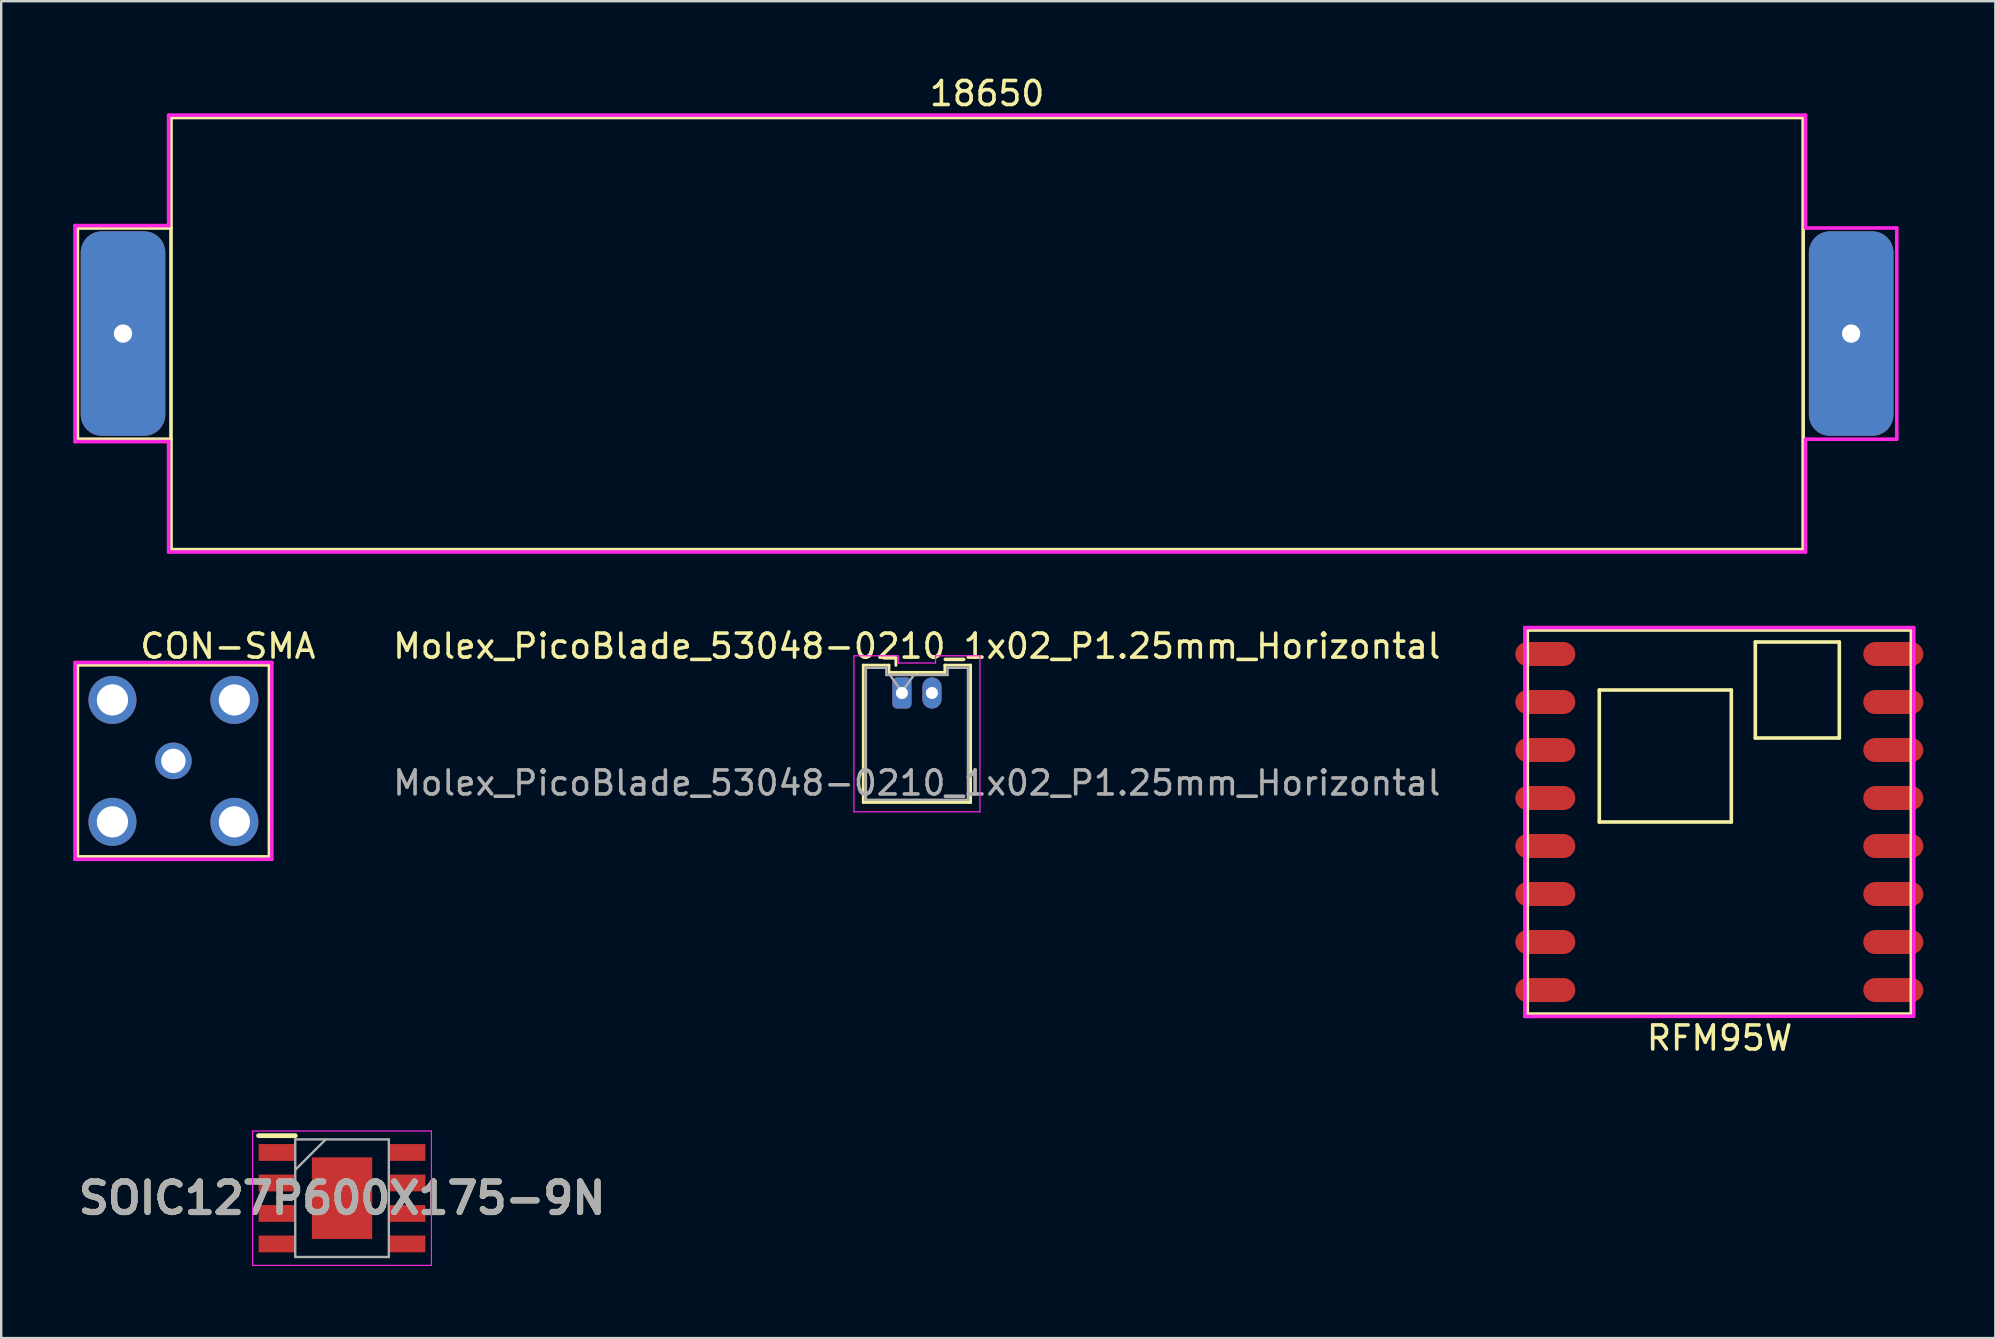
<source format=kicad_pcb>
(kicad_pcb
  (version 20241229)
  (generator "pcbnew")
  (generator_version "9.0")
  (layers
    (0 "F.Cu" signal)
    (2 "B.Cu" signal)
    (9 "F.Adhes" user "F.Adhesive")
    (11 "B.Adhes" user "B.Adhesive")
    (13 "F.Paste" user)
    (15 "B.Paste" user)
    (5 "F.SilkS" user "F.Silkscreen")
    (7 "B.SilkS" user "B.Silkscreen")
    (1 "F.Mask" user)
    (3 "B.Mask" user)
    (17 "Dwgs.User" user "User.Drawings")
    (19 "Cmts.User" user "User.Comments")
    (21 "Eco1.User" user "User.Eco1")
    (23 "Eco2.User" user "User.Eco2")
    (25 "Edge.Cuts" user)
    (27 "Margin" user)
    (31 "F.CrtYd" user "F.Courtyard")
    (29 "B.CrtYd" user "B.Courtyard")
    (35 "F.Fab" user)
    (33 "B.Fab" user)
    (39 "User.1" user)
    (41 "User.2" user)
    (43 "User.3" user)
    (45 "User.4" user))
  (footprint "18650"
    (layer "F.Cu")
    (at 38.075 10.848)
    (property "Reference" "18650" (at 0 -10 180) (layer "F.SilkS") (effects (font (size 1 1) (thickness 0.15))))
    (attr through_hole)
    (fp_line (start -37.9 -4.4) (end -34 -4.4) (stroke (width 0.15) (type solid)) (layer "F.SilkS"))
    (fp_line (start -37.9 4.4) (end -37.9 -4.4) (stroke (width 0.15) (type solid)) (layer "F.SilkS"))
    (fp_line (start -34 -9) (end 34 -9) (stroke (width 0.15) (type solid)) (layer "F.SilkS"))
    (fp_line (start -34 4.4) (end -37.9 4.4) (stroke (width 0.15) (type solid)) (layer "F.SilkS"))
    (fp_line (start -34 9) (end -34 -9) (stroke (width 0.15) (type solid)) (layer "F.SilkS"))
    (fp_line (start 34 -9) (end 34 9) (stroke (width 0.15) (type solid)) (layer "F.SilkS"))
    (fp_line (start 34 9) (end -34 9) (stroke (width 0.15) (type solid)) (layer "F.SilkS"))
    (fp_line (start -38 -4.5) (end -38 4.5) (stroke (width 0.15) (type solid)) (layer "F.CrtYd"))
    (fp_line (start -38 4.5) (end -34.1 4.5) (stroke (width 0.15) (type solid)) (layer "F.CrtYd"))
    (fp_line (start -34.1 -9.09) (end -34.1 -4.5) (stroke (width 0.15) (type solid)) (layer "F.CrtYd"))
    (fp_line (start -34.1 -4.5) (end -38 -4.5) (stroke (width 0.15) (type solid)) (layer "F.CrtYd"))
    (fp_line (start -34.1 4.5) (end -34.1 9.1) (stroke (width 0.15) (type solid)) (layer "F.CrtYd"))
    (fp_line (start -34.1 9.1) (end 34.1 9.1) (stroke (width 0.15) (type solid)) (layer "F.CrtYd"))
    (fp_line (start 34.1 -9.1) (end -34.1 -9.1) (stroke (width 0.15) (type solid)) (layer "F.CrtYd"))
    (fp_line (start 34.1 -4.4) (end 34.1 -9.1) (stroke (width 0.15) (type solid)) (layer "F.CrtYd"))
    (fp_line (start 34.1 4.4) (end 37.9 4.4) (stroke (width 0.15) (type solid)) (layer "F.CrtYd"))
    (fp_line (start 34.1 9.1) (end 34.1 4.4) (stroke (width 0.15) (type solid)) (layer "F.CrtYd"))
    (fp_line (start 37.9 -4.4) (end 34.1 -4.4) (stroke (width 0.15) (type solid)) (layer "F.CrtYd"))
    (fp_line (start 37.9 4.4) (end 37.9 -4.4) (stroke (width 0.15) (type solid)) (layer "F.CrtYd"))
    (pad "1" thru_hole roundrect (at -36 0) (size 3.524 8.524) (drill 0.762) (layers "*.Cu" "*.Mask") (roundrect_rratio 0.25))
    (pad "2" thru_hole roundrect (at 36 0) (size 3.524 8.524) (drill 0.762) (layers "*.Cu" "*.Mask") (roundrect_rratio 0.25)))
  (footprint "RFM95W"
    (layer "F.Cu")
    (at 68.582 31.198)
    (property "Reference" "RFM95W" (at 0.01 9 0) (layer "F.SilkS") (effects (font (size 1 1) (thickness 0.15))))
    (attr smd)
    (fp_line (start -8 -8) (end 8 -8) (stroke (width 0.15) (type solid)) (layer "F.SilkS"))
    (fp_line (start -8 8) (end -8 -8) (stroke (width 0.15) (type solid)) (layer "F.SilkS"))
    (fp_line (start -5 -5.5) (end 0.5 -5.5) (stroke (width 0.15) (type solid)) (layer "F.SilkS"))
    (fp_line (start -5 0) (end -5 -5.5) (stroke (width 0.15) (type solid)) (layer "F.SilkS"))
    (fp_line (start 0.5 -5.5) (end 0.5 0) (stroke (width 0.15) (type solid)) (layer "F.SilkS"))
    (fp_line (start 0.5 0) (end -5 0) (stroke (width 0.15) (type solid)) (layer "F.SilkS"))
    (fp_line (start 1.5 -7.5) (end 5 -7.5) (stroke (width 0.15) (type solid)) (layer "F.SilkS"))
    (fp_line (start 1.5 -3.5) (end 1.5 -7.5) (stroke (width 0.15) (type solid)) (layer "F.SilkS"))
    (fp_line (start 5 -7.5) (end 5 -3.5) (stroke (width 0.15) (type solid)) (layer "F.SilkS"))
    (fp_line (start 5 -3.5) (end 1.5 -3.5) (stroke (width 0.15) (type solid)) (layer "F.SilkS"))
    (fp_line (start 8 -8) (end 8 8) (stroke (width 0.15) (type solid)) (layer "F.SilkS"))
    (fp_line (start 8 8) (end -8 8) (stroke (width 0.15) (type solid)) (layer "F.SilkS"))
    (fp_line (start -8.1 -8.1) (end -8.1 8.1) (stroke (width 0.15) (type solid)) (layer "F.CrtYd"))
    (fp_line (start -8.1 8.1) (end 8.1 8.09) (stroke (width 0.15) (type solid)) (layer "F.CrtYd"))
    (fp_line (start 8.1 -8.1) (end -8.1 -8.1) (stroke (width 0.15) (type solid)) (layer "F.CrtYd"))
    (fp_line (start 8.1 8.09) (end 8.1 -8.1) (stroke (width 0.15) (type solid)) (layer "F.CrtYd"))
    (pad "1" smd oval (at -7.25 -7) (size 2.5 1) (layers "F.Cu" "F.Mask" "F.Paste"))
    (pad "2" smd oval (at -7.25 -5) (size 2.5 1) (layers "F.Cu" "F.Mask" "F.Paste"))
    (pad "3" smd oval (at -7.25 -3) (size 2.5 1) (layers "F.Cu" "F.Mask" "F.Paste"))
    (pad "4" smd oval (at -7.25 -1) (size 2.5 1) (layers "F.Cu" "F.Mask" "F.Paste"))
    (pad "5" smd oval (at -7.25 1) (size 2.5 1) (layers "F.Cu" "F.Mask" "F.Paste"))
    (pad "6" smd oval (at -7.25 3) (size 2.5 1) (layers "F.Cu" "F.Mask" "F.Paste"))
    (pad "7" smd oval (at -7.25 5) (size 2.5 1) (layers "F.Cu" "F.Mask" "F.Paste"))
    (pad "8" smd oval (at -7.25 7) (size 2.5 1) (layers "F.Cu" "F.Mask" "F.Paste"))
    (pad "9" smd oval (at 7.25 7) (size 2.5 1) (layers "F.Cu" "F.Mask" "F.Paste"))
    (pad "10" smd oval (at 7.25 5) (size 2.5 1) (layers "F.Cu" "F.Mask" "F.Paste"))
    (pad "11" smd oval (at 7.25 3) (size 2.5 1) (layers "F.Cu" "F.Mask" "F.Paste"))
    (pad "12" smd oval (at 7.25 1) (size 2.5 1) (layers "F.Cu" "F.Mask" "F.Paste"))
    (pad "13" smd oval (at 7.25 -1) (size 2.5 1) (layers "F.Cu" "F.Mask" "F.Paste"))
    (pad "14" smd oval (at 7.25 -3) (size 2.5 1) (layers "F.Cu" "F.Mask" "F.Paste"))
    (pad "15" smd oval (at 7.25 -5) (size 2.5 1) (layers "F.Cu" "F.Mask" "F.Paste"))
    (pad "16" smd oval (at 7.25 -7) (size 2.5 1) (layers "F.Cu" "F.Mask" "F.Paste")))
  (footprint "CON-SMA"
    (layer "F.Cu")
    (at 4.175 28.651)
    (property "Reference" "CON-SMA" (at 2.27 -4.78 0) (layer "F.SilkS") (effects (font (size 1 1) (thickness 0.15))))
    (attr through_hole)
    (fp_line (start -4 -4) (end 4 -4) (stroke (width 0.15) (type solid)) (layer "F.SilkS"))
    (fp_line (start -4 4) (end -4 -4) (stroke (width 0.15) (type solid)) (layer "F.SilkS"))
    (fp_line (start 4 -4) (end 4 4) (stroke (width 0.15) (type solid)) (layer "F.SilkS"))
    (fp_line (start 4 4) (end -4 4) (stroke (width 0.15) (type solid)) (layer "F.SilkS"))
    (fp_line (start -4.1 -4.1) (end 4.1 -4.1) (stroke (width 0.15) (type solid)) (layer "F.CrtYd"))
    (fp_line (start -4.1 4.1) (end -4.1 -4.1) (stroke (width 0.15) (type solid)) (layer "F.CrtYd"))
    (fp_line (start 4.1 -4.1) (end 4.1 4.1) (stroke (width 0.15) (type solid)) (layer "F.CrtYd"))
    (fp_line (start 4.1 4.1) (end -4.1 4.1) (stroke (width 0.15) (type solid)) (layer "F.CrtYd"))
    (pad "1" thru_hole circle (at 0 0) (size 1.524 1.524) (drill 1.016) (layers "*.Cu" "*.Mask"))
    (pad "2" thru_hole circle (at -2.54 -2.54) (size 2 2) (drill 1.3) (layers "*.Cu" "*.Mask"))
    (pad "2" thru_hole circle (at -2.54 2.54) (size 2 2) (drill 1.3) (layers "*.Cu" "*.Mask"))
    (pad "2" thru_hole circle (at 2.54 -2.54) (size 2 2) (drill 1.3) (layers "*.Cu" "*.Mask"))
    (pad "2" thru_hole circle (at 2.54 2.54) (size 2 2) (drill 1.3) (layers "*.Cu" "*.Mask")))
  (footprint "Molex_PicoBlade_53048-0210_1x02_P1.25mm_Horizontal"
    (layer "F.Cu")
    (at 34.527 25.822)
    (property "Reference" "Molex_PicoBlade_53048-0210_1x02_P1.25mm_Horizontal" (at 0.62 -1.95 0) (layer "F.SilkS") (effects (font (size 1 1) (thickness 0.15))))
    (attr through_hole)
    (fp_line (start -1.61 -1.16) (end -1.61 4.56) (stroke (width 0.12) (type solid)) (layer "F.SilkS"))
    (fp_line (start -1.61 4.56) (end 0.625 4.56) (stroke (width 0.12) (type solid)) (layer "F.SilkS"))
    (fp_line (start -0.54 -1.16) (end -1.61 -1.16) (stroke (width 0.12) (type solid)) (layer "F.SilkS"))
    (fp_line (start -0.54 -0.86) (end -0.54 -1.16) (stroke (width 0.12) (type solid)) (layer "F.SilkS"))
    (fp_line (start -0.25 -1.45) (end -0.75 -1.45) (stroke (width 0.12) (type solid)) (layer "F.SilkS"))
    (fp_line (start -0.25 -1.15) (end -0.25 -1.45) (stroke (width 0.12) (type solid)) (layer "F.SilkS"))
    (fp_line (start 0.625 -0.86) (end -0.54 -0.86) (stroke (width 0.12) (type solid)) (layer "F.SilkS"))
    (fp_line (start 0.625 -0.86) (end 1.79 -0.86) (stroke (width 0.12) (type solid)) (layer "F.SilkS"))
    (fp_line (start 1.79 -1.16) (end 2.86 -1.16) (stroke (width 0.12) (type solid)) (layer "F.SilkS"))
    (fp_line (start 1.79 -0.86) (end 1.79 -1.16) (stroke (width 0.12) (type solid)) (layer "F.SilkS"))
    (fp_line (start 2.86 -1.16) (end 2.86 4.56) (stroke (width 0.12) (type solid)) (layer "F.SilkS"))
    (fp_line (start 2.86 4.56) (end 0.625 4.56) (stroke (width 0.12) (type solid)) (layer "F.SilkS"))
    (fp_line (start -2 -1.55) (end -2 4.95) (stroke (width 0.05) (type solid)) (layer "F.CrtYd"))
    (fp_line (start -2 4.95) (end 0.62 4.95) (stroke (width 0.05) (type solid)) (layer "F.CrtYd"))
    (fp_line (start -0.15 -1.55) (end -2 -1.55) (stroke (width 0.05) (type solid)) (layer "F.CrtYd"))
    (fp_line (start -0.15 -1.25) (end -0.15 -1.55) (stroke (width 0.05) (type solid)) (layer "F.CrtYd"))
    (fp_line (start 0.62 -1.25) (end -0.15 -1.25) (stroke (width 0.05) (type solid)) (layer "F.CrtYd"))
    (fp_line (start 0.63 -1.25) (end 1.4 -1.25) (stroke (width 0.05) (type solid)) (layer "F.CrtYd"))
    (fp_line (start 1.4 -1.55) (end 3.25 -1.55) (stroke (width 0.05) (type solid)) (layer "F.CrtYd"))
    (fp_line (start 1.4 -1.25) (end 1.4 -1.55) (stroke (width 0.05) (type solid)) (layer "F.CrtYd"))
    (fp_line (start 3.25 -1.55) (end 3.25 4.95) (stroke (width 0.05) (type solid)) (layer "F.CrtYd"))
    (fp_line (start 3.25 4.95) (end 0.63 4.95) (stroke (width 0.05) (type solid)) (layer "F.CrtYd"))
    (fp_line (start -1.5 -1.05) (end -1.5 4.45) (stroke (width 0.1) (type solid)) (layer "F.Fab"))
    (fp_line (start -1.5 4.45) (end 0.625 4.45) (stroke (width 0.1) (type solid)) (layer "F.Fab"))
    (fp_line (start -0.65 -1.05) (end -1.5 -1.05) (stroke (width 0.1) (type solid)) (layer "F.Fab"))
    (fp_line (start -0.65 -0.75) (end -0.65 -1.05) (stroke (width 0.1) (type solid)) (layer "F.Fab"))
    (fp_line (start -0.5 -0.75) (end 0 -0.043) (stroke (width 0.1) (type solid)) (layer "F.Fab"))
    (fp_line (start 0 -0.043) (end 0.5 -0.75) (stroke (width 0.1) (type solid)) (layer "F.Fab"))
    (fp_line (start 0.625 -0.75) (end -0.65 -0.75) (stroke (width 0.1) (type solid)) (layer "F.Fab"))
    (fp_line (start 0.625 -0.75) (end 1.9 -0.75) (stroke (width 0.1) (type solid)) (layer "F.Fab"))
    (fp_line (start 1.9 -1.05) (end 2.75 -1.05) (stroke (width 0.1) (type solid)) (layer "F.Fab"))
    (fp_line (start 1.9 -0.75) (end 1.9 -1.05) (stroke (width 0.1) (type solid)) (layer "F.Fab"))
    (fp_line (start 2.75 -1.05) (end 2.75 4.45) (stroke (width 0.1) (type solid)) (layer "F.Fab"))
    (fp_line (start 2.75 4.45) (end 0.625 4.45) (stroke (width 0.1) (type solid)) (layer "F.Fab"))
    (fp_text user "${REFERENCE}" (at 0.62 3.75 0) (layer "F.Fab") (effects (font (size 1 1) (thickness 0.15))))
    (pad "1" thru_hole roundrect (at 0 0) (size 0.8 1.3) (drill 0.5) (layers "*.Cu" "*.Mask") (roundrect_rratio 0.25))
    (pad "2" thru_hole oval (at 1.25 0) (size 0.8 1.3) (drill 0.5) (layers "*.Cu" "*.Mask")))
  (footprint "SOIC127P600X175-9N"
    (layer "F.Cu")
    (at 11.2 46.871)
    (property "Reference" "SOIC127P600X175-9N" (at 0 0 0) (layer "F.SilkS") (effects (font (size 1.27 1.27) (thickness 0.254))))
    (attr smd)
    (fp_line (start -3.475 -2.605) (end -1.95 -2.605) (stroke (width 0.2) (type solid)) (layer "F.SilkS"))
    (fp_line (start -3.725 -2.8) (end 3.725 -2.8) (stroke (width 0.05) (type solid)) (layer "F.CrtYd"))
    (fp_line (start -3.725 2.8) (end -3.725 -2.8) (stroke (width 0.05) (type solid)) (layer "F.CrtYd"))
    (fp_line (start 3.725 -2.8) (end 3.725 2.8) (stroke (width 0.05) (type solid)) (layer "F.CrtYd"))
    (fp_line (start 3.725 2.8) (end -3.725 2.8) (stroke (width 0.05) (type solid)) (layer "F.CrtYd"))
    (fp_line (start -1.95 -2.45) (end 1.95 -2.45) (stroke (width 0.1) (type solid)) (layer "F.Fab"))
    (fp_line (start -1.95 -1.18) (end -0.68 -2.45) (stroke (width 0.1) (type solid)) (layer "F.Fab"))
    (fp_line (start -1.95 2.45) (end -1.95 -2.45) (stroke (width 0.1) (type solid)) (layer "F.Fab"))
    (fp_line (start 1.95 -2.45) (end 1.95 2.45) (stroke (width 0.1) (type solid)) (layer "F.Fab"))
    (fp_line (start 1.95 2.45) (end -1.95 2.45) (stroke (width 0.1) (type solid)) (layer "F.Fab"))
    (fp_text user "${REFERENCE}" (at 0 0 0) (layer "F.Fab") (effects (font (size 1.27 1.27) (thickness 0.254))))
    (pad "1" smd rect (at -2.712 -1.905 90) (size 0.7 1.525) (layers "F.Cu" "F.Mask" "F.Paste"))
    (pad "2" smd rect (at -2.712 -0.635 90) (size 0.7 1.525) (layers "F.Cu" "F.Mask" "F.Paste"))
    (pad "3" smd rect (at -2.712 0.635 90) (size 0.7 1.525) (layers "F.Cu" "F.Mask" "F.Paste"))
    (pad "4" smd rect (at -2.712 1.905 90) (size 0.7 1.525) (layers "F.Cu" "F.Mask" "F.Paste"))
    (pad "5" smd rect (at 2.712 1.905 90) (size 0.7 1.525) (layers "F.Cu" "F.Mask" "F.Paste"))
    (pad "6" smd rect (at 2.712 0.635 90) (size 0.7 1.525) (layers "F.Cu" "F.Mask" "F.Paste"))
    (pad "7" smd rect (at 2.712 -0.635 90) (size 0.7 1.525) (layers "F.Cu" "F.Mask" "F.Paste"))
    (pad "8" smd rect (at 2.712 -1.905 90) (size 0.7 1.525) (layers "F.Cu" "F.Mask" "F.Paste"))
    (pad "9" smd rect (at 0 0) (size 2.513 3.402) (layers "F.Cu" "F.Mask" "F.Paste")))
  (gr_rect
    (start -3 -3)
    (end 80.082 52.697)
    (stroke (width 0.1) (type default))
    (fill no)
    (layer "Edge.Cuts")))
</source>
